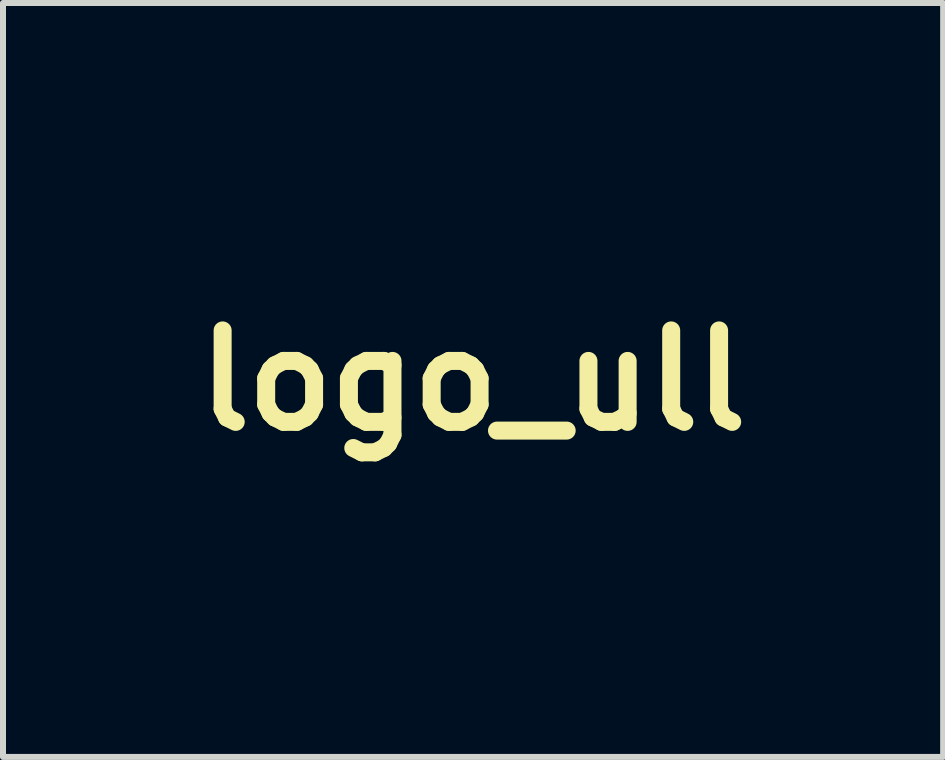
<source format=kicad_pcb>
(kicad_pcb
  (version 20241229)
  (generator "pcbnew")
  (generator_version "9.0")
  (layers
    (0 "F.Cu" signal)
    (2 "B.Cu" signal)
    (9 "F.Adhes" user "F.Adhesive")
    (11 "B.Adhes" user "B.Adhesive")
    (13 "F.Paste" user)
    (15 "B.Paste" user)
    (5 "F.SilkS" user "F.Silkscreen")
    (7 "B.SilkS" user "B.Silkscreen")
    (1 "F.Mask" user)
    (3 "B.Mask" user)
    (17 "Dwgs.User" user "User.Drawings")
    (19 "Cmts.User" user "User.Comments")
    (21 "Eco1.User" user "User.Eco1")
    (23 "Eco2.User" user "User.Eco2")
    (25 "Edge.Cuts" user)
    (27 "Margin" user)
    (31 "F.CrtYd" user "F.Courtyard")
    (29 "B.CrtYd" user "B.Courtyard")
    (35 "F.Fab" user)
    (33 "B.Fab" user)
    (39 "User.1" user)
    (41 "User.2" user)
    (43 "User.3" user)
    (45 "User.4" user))
  (footprint "logo_ull"
    (layer "F.Cu")
    (at 4.833 3.291)
    (property "Reference" "logo_ull" (at 0 0 0) (layer "F.SilkS") (effects (font (size 1.524 1.524) (thickness 0.3))))
    (attr through_hole)
    (fp_poly (pts (xy -2.049 1.177) (xy -0.051 1.177) (xy -0.051 -0.07) (xy -0.051 -0.214) (xy -0.05 -0.353) (xy -0.05 -0.487) (xy -0.05 -0.615) (xy -0.05 -0.735) (xy -0.049 -0.846) (xy -0.049 -0.949) (xy -0.048 -1.041) (xy -0.048 -1.122) (xy -0.047 -1.191) (xy -0.046 -1.246) (xy -0.046 -1.288) (xy -0.045 -1.315) (xy -0.044 -1.326) (xy -0.044 -1.326) (xy -0.038 -1.333) (xy -0.019 -1.35) (xy 0.01 -1.379) (xy 0.05 -1.417) (xy 0.099 -1.464) (xy 0.157 -1.52) (xy 0.224 -1.585) (xy 0.298 -1.656) (xy 0.38 -1.734) (xy 0.468 -1.819) (xy 0.562 -1.909) (xy 0.661 -2.004) (xy 0.764 -2.103) (xy 0.872 -2.206) (xy 0.981 -2.31) (xy 2 -3.285) (xy 2.091 -3.285) (xy 2.091 1.177) (xy 4.183 1.177) (xy 4.181 1.223) (xy 4.178 1.268) (xy 3.135 2.268) (xy 2.091 3.268) (xy -0.051 3.268) (xy -0.053 2.308) (xy -0.055 1.348) (xy -1.05 2.307) (xy -2.045 3.267) (xy -3.114 3.268) (xy -4.183 3.268) (xy -4.182 0.967) (xy -4.181 -1.333) (xy -3.17 -2.307) (xy -2.159 -3.281) (xy -2.104 -3.283) (xy -2.049 -3.286) (xy -2.049 1.177)) (stroke (width 0.01) (type solid)) (fill no) (layer "Eco2.User")))
  (gr_rect
    (start -3 -3)
    (end 12.667 9.564)
    (stroke (width 0.1) (type default))
    (fill no)
    (layer "Edge.Cuts")))
</source>
